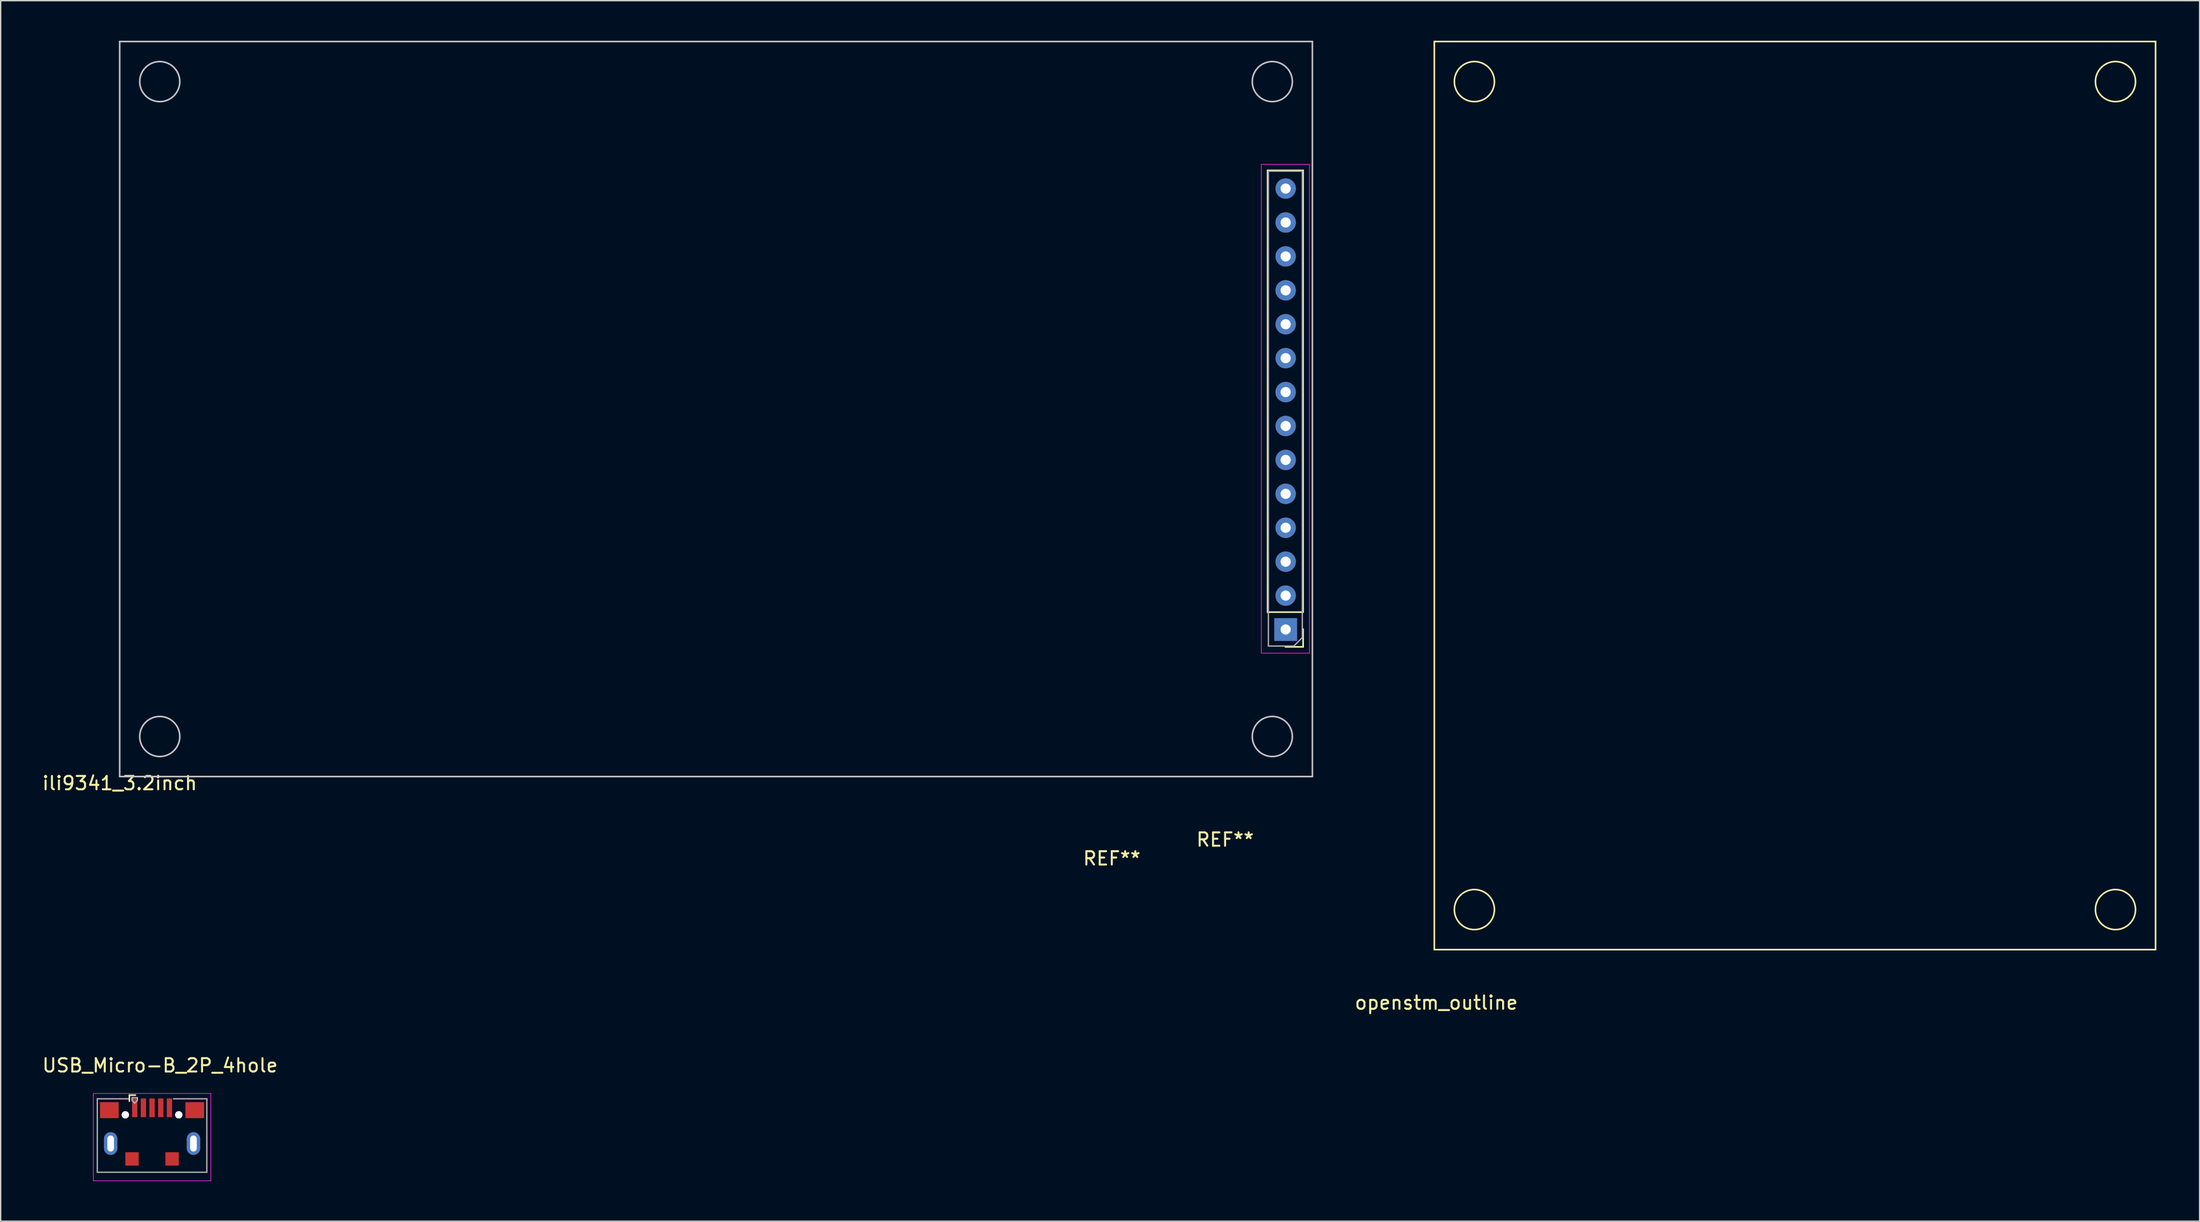
<source format=kicad_pcb>
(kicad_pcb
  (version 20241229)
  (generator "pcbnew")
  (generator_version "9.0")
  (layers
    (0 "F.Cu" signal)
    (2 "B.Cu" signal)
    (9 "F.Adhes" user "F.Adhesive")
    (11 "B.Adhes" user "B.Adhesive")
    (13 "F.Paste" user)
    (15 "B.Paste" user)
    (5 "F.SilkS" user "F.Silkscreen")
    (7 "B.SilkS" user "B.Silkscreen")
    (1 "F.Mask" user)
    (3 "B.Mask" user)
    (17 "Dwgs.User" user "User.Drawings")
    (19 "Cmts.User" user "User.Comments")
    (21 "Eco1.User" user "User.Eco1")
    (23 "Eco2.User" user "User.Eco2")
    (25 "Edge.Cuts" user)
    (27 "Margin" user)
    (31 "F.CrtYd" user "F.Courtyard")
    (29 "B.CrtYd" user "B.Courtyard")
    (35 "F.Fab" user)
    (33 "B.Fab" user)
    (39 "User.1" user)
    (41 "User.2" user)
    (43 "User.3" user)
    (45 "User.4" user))
  (footprint "openstm_outline"
    (layer "F.Cu")
    (at 158.391 68.085)
    (property "Reference" "openstm_outline" (at -53.9 3.95 0) (layer "F.SilkS") (effects (font (size 1 1) (thickness 0.15))))
    (attr through_hole)
    (fp_line (start -54.05 -68.025) (end -0.05 -68.025) (stroke (width 0.12) (type solid)) (layer "F.SilkS"))
    (fp_line (start -54.05 -0.025) (end -54.05 -68.025) (stroke (width 0.12) (type solid)) (layer "F.SilkS"))
    (fp_line (start -0.05 -68.025) (end -0.05 -0.025) (stroke (width 0.12) (type solid)) (layer "F.SilkS"))
    (fp_line (start -0.05 -0.025) (end -54.05 -0.025) (stroke (width 0.12) (type solid)) (layer "F.SilkS"))
    (fp_circle (center -51.05 -65.025) (end -49.55 -65.025) (stroke (width 0.12) (type solid)) (fill no) (layer "F.SilkS"))
    (fp_circle (center -51.05 -3.025) (end -49.55 -3.025) (stroke (width 0.12) (type solid)) (fill no) (layer "F.SilkS"))
    (fp_circle (center -3.05 -65.025) (end -1.55 -65.025) (stroke (width 0.12) (type solid)) (fill no) (layer "F.SilkS"))
    (fp_circle (center -3.05 -3.025) (end -1.55 -3.025) (stroke (width 0.12) (type solid)) (fill no) (layer "F.SilkS")))
  (footprint "USB_Micro-B_2P_4hole"
    (layer "F.Cu")
    (at 8.335 84.731)
    (property "Reference" "USB_Micro-B_2P_4hole" (at 0.6 -8 0) (layer "F.SilkS") (effects (font (size 1 1) (thickness 0.15))))
    (attr smd)
    (fp_line (start -1.7 -5.775) (end -1.7 -5.325) (stroke (width 0.12) (type solid)) (layer "F.SilkS"))
    (fp_line (start -1.7 -5.775) (end -1.25 -5.775) (stroke (width 0.12) (type solid)) (layer "F.SilkS"))
    (fp_line (start -4.4 -5.9) (end 4.4 -5.9) (stroke (width 0.05) (type solid)) (layer "F.CrtYd"))
    (fp_line (start -4.4 0.64) (end -4.4 -5.9) (stroke (width 0.05) (type solid)) (layer "F.CrtYd"))
    (fp_line (start -4.4 0.64) (end 4.4 0.64) (stroke (width 0.05) (type solid)) (layer "F.CrtYd"))
    (fp_line (start 4.4 -5.9) (end 4.4 0.64) (stroke (width 0.05) (type solid)) (layer "F.CrtYd"))
    (fp_line (start -4.1 -5.5) (end -1.8 -5.5) (stroke (width 0.1) (type solid)) (layer "F.Fab"))
    (fp_line (start -4.1 0) (end -4.1 -5.5) (stroke (width 0.1) (type solid)) (layer "F.Fab"))
    (fp_line (start -4.1 0) (end 4.1 0) (stroke (width 0.1) (type solid)) (layer "F.Fab"))
    (fp_line (start -1.5 -5.585) (end -1.5 -5.375) (stroke (width 0.1) (type solid)) (layer "F.Fab"))
    (fp_line (start -1.5 -5.585) (end -1.1 -5.585) (stroke (width 0.1) (type solid)) (layer "F.Fab"))
    (fp_line (start -1.3 -5.175) (end -1.5 -5.375) (stroke (width 0.1) (type solid)) (layer "F.Fab"))
    (fp_line (start -1.1 -5.585) (end -1.1 -5.375) (stroke (width 0.1) (type solid)) (layer "F.Fab"))
    (fp_line (start -1.1 -5.375) (end -1.3 -5.175) (stroke (width 0.1) (type solid)) (layer "F.Fab"))
    (fp_line (start 1.6 -5.5) (end 4.1 -5.5) (stroke (width 0.1) (type solid)) (layer "F.Fab"))
    (fp_line (start 4.1 0) (end 4.1 -5.5) (stroke (width 0.1) (type solid)) (layer "F.Fab"))
    (pad "" thru_hole circle (at -2 -4.3) (size 0.55 0.55) (drill 0.55) (layers "*.Cu" "*.Mask"))
    (pad "" thru_hole circle (at 2 -4.3) (size 0.55 0.55) (drill 0.55) (layers "*.Cu" "*.Mask"))
    (pad "1" smd rect (at -1.3 -4.825) (size 0.4 1.4) (layers "F.Cu" "F.Mask" "F.Paste"))
    (pad "2" smd rect (at -0.65 -4.825) (size 0.4 1.4) (layers "F.Cu" "F.Mask" "F.Paste"))
    (pad "3" smd rect (at 0 -4.825) (size 0.4 1.4) (layers "F.Cu" "F.Mask" "F.Paste"))
    (pad "4" smd rect (at 0.65 -4.825) (size 0.4 1.4) (layers "F.Cu" "F.Mask" "F.Paste"))
    (pad "5" smd rect (at 1.3 -4.825) (size 0.4 1.4) (layers "F.Cu" "F.Mask" "F.Paste"))
    (pad "6" smd rect (at -3.2 -4.65) (size 1.4 1.2) (layers "F.Cu" "F.Mask"))
    (pad "6" thru_hole oval (at -3.1 -2.15 180) (size 1 1.7) (drill oval 0.5 1.2) (layers "*.Cu" "*.Mask"))
    (pad "6" smd rect (at -1.5 -1) (size 1 1) (layers "F.Cu" "F.Mask" "F.Paste"))
    (pad "6" smd rect (at 1.5 -1) (size 1 1) (layers "F.Cu" "F.Mask" "F.Paste"))
    (pad "6" thru_hole oval (at 3.1 -2.15 180) (size 1 1.7) (drill oval 0.5 1.2) (layers "*.Cu" "*.Mask"))
    (pad "6" smd rect (at 3.2 -4.65) (size 1.4 1.2) (layers "F.Cu" "F.Mask")))
  (footprint "ili9341_3.2inch"
    (layer "F.Cu")
    (at 5.911 55.1)
    (property "Reference" "ili9341_3.2inch" (at 0 0.5 0) (layer "F.SilkS") (effects (font (size 1 1) (thickness 0.15))))
    (attr through_hole)
    (fp_line (start 85.946 -12.312) (end 85.946 -45.392) (stroke (width 0.12) (type solid)) (layer "F.SilkS"))
    (fp_line (start 88.606 -45.392) (end 85.946 -45.392) (stroke (width 0.12) (type solid)) (layer "F.SilkS"))
    (fp_line (start 88.606 -12.312) (end 85.946 -12.312) (stroke (width 0.12) (type solid)) (layer "F.SilkS"))
    (fp_line (start 88.606 -12.312) (end 88.606 -45.392) (stroke (width 0.12) (type solid)) (layer "F.SilkS"))
    (fp_line (start 88.606 -11.042) (end 88.606 -9.712) (stroke (width 0.12) (type solid)) (layer "F.SilkS"))
    (fp_line (start 88.606 -9.712) (end 87.276 -9.712) (stroke (width 0.12) (type solid)) (layer "F.SilkS"))
    (fp_line (start 0 -55.04) (end 89.3 -55.04) (stroke (width 0.12) (type solid)) (layer "Dwgs.User"))
    (fp_line (start 0 0) (end 0 -55.04) (stroke (width 0.12) (type solid)) (layer "Dwgs.User"))
    (fp_line (start 89.3 -55.04) (end 89.3 0) (stroke (width 0.12) (type solid)) (layer "Dwgs.User"))
    (fp_line (start 89.3 0) (end 0 0) (stroke (width 0.12) (type solid)) (layer "Dwgs.User"))
    (fp_circle (center 3 -52.04) (end 4.5 -52.04) (stroke (width 0.12) (type solid)) (fill no) (layer "Dwgs.User"))
    (fp_circle (center 3 -3) (end 4.5 -3) (stroke (width 0.12) (type solid)) (fill no) (layer "Dwgs.User"))
    (fp_circle (center 86.3 -52.04) (end 87.8 -52.04) (stroke (width 0.12) (type solid)) (fill no) (layer "Dwgs.User"))
    (fp_circle (center 86.3 -3) (end 87.8 -3) (stroke (width 0.12) (type solid)) (fill no) (layer "Dwgs.User"))
    (fp_line (start 85.476 -45.842) (end 85.476 -9.242) (stroke (width 0.05) (type solid)) (layer "F.CrtYd"))
    (fp_line (start 85.476 -9.242) (end 89.076 -9.242) (stroke (width 0.05) (type solid)) (layer "F.CrtYd"))
    (fp_line (start 89.076 -45.842) (end 85.476 -45.842) (stroke (width 0.05) (type solid)) (layer "F.CrtYd"))
    (fp_line (start 89.076 -9.242) (end 89.076 -45.842) (stroke (width 0.05) (type solid)) (layer "F.CrtYd"))
    (fp_line (start 86.006 -45.332) (end 88.546 -45.332) (stroke (width 0.1) (type solid)) (layer "F.Fab"))
    (fp_line (start 86.006 -9.772) (end 86.006 -45.332) (stroke (width 0.1) (type solid)) (layer "F.Fab"))
    (fp_line (start 87.911 -9.772) (end 86.006 -9.772) (stroke (width 0.1) (type solid)) (layer "F.Fab"))
    (fp_line (start 88.546 -45.332) (end 88.546 -10.407) (stroke (width 0.1) (type solid)) (layer "F.Fab"))
    (fp_line (start 88.546 -10.407) (end 87.911 -9.772) (stroke (width 0.1) (type solid)) (layer "F.Fab"))
    (fp_text user "REF**" (at 74.282 6.134 180) (layer "F.SilkS") (effects (font (size 1 1) (thickness 0.15))))
    (fp_text user "REF**" (at 82.766 4.724 180) (layer "F.SilkS") (effects (font (size 1 1) (thickness 0.15))))
    (pad "1" thru_hole rect (at 87.3 -11.01) (size 1.7 1.7) (drill 0.762) (layers "*.Cu" "*.Mask"))
    (pad "2" thru_hole circle (at 87.3 -13.55) (size 1.524 1.524) (drill 0.762) (layers "*.Cu" "*.Mask"))
    (pad "3" thru_hole circle (at 87.3 -16.09) (size 1.524 1.524) (drill 0.762) (layers "*.Cu" "*.Mask"))
    (pad "4" thru_hole circle (at 87.3 -18.63) (size 1.524 1.524) (drill 0.762) (layers "*.Cu" "*.Mask"))
    (pad "5" thru_hole circle (at 87.3 -21.17) (size 1.524 1.524) (drill 0.762) (layers "*.Cu" "*.Mask"))
    (pad "6" thru_hole circle (at 87.3 -23.71) (size 1.524 1.524) (drill 0.762) (layers "*.Cu" "*.Mask"))
    (pad "7" thru_hole circle (at 87.3 -26.25) (size 1.524 1.524) (drill 0.762) (layers "*.Cu" "*.Mask"))
    (pad "8" thru_hole circle (at 87.3 -28.79) (size 1.524 1.524) (drill 0.762) (layers "*.Cu" "*.Mask"))
    (pad "9" thru_hole circle (at 87.3 -31.33) (size 1.524 1.524) (drill 0.762) (layers "*.Cu" "*.Mask"))
    (pad "10" thru_hole circle (at 87.3 -33.87) (size 1.524 1.524) (drill 0.762) (layers "*.Cu" "*.Mask"))
    (pad "11" thru_hole circle (at 87.3 -36.41) (size 1.524 1.524) (drill 0.762) (layers "*.Cu" "*.Mask"))
    (pad "12" thru_hole circle (at 87.3 -38.95) (size 1.524 1.524) (drill 0.762) (layers "*.Cu" "*.Mask"))
    (pad "13" thru_hole circle (at 87.3 -41.49) (size 1.524 1.524) (drill 0.762) (layers "*.Cu" "*.Mask"))
    (pad "14" thru_hole circle (at 87.3 -44.03) (size 1.524 1.524) (drill 0.762) (layers "*.Cu" "*.Mask")))
  (gr_rect
    (start -3 -3)
    (end 161.641 88.397)
    (stroke (width 0.1) (type default))
    (fill no)
    (layer "Edge.Cuts")))
</source>
